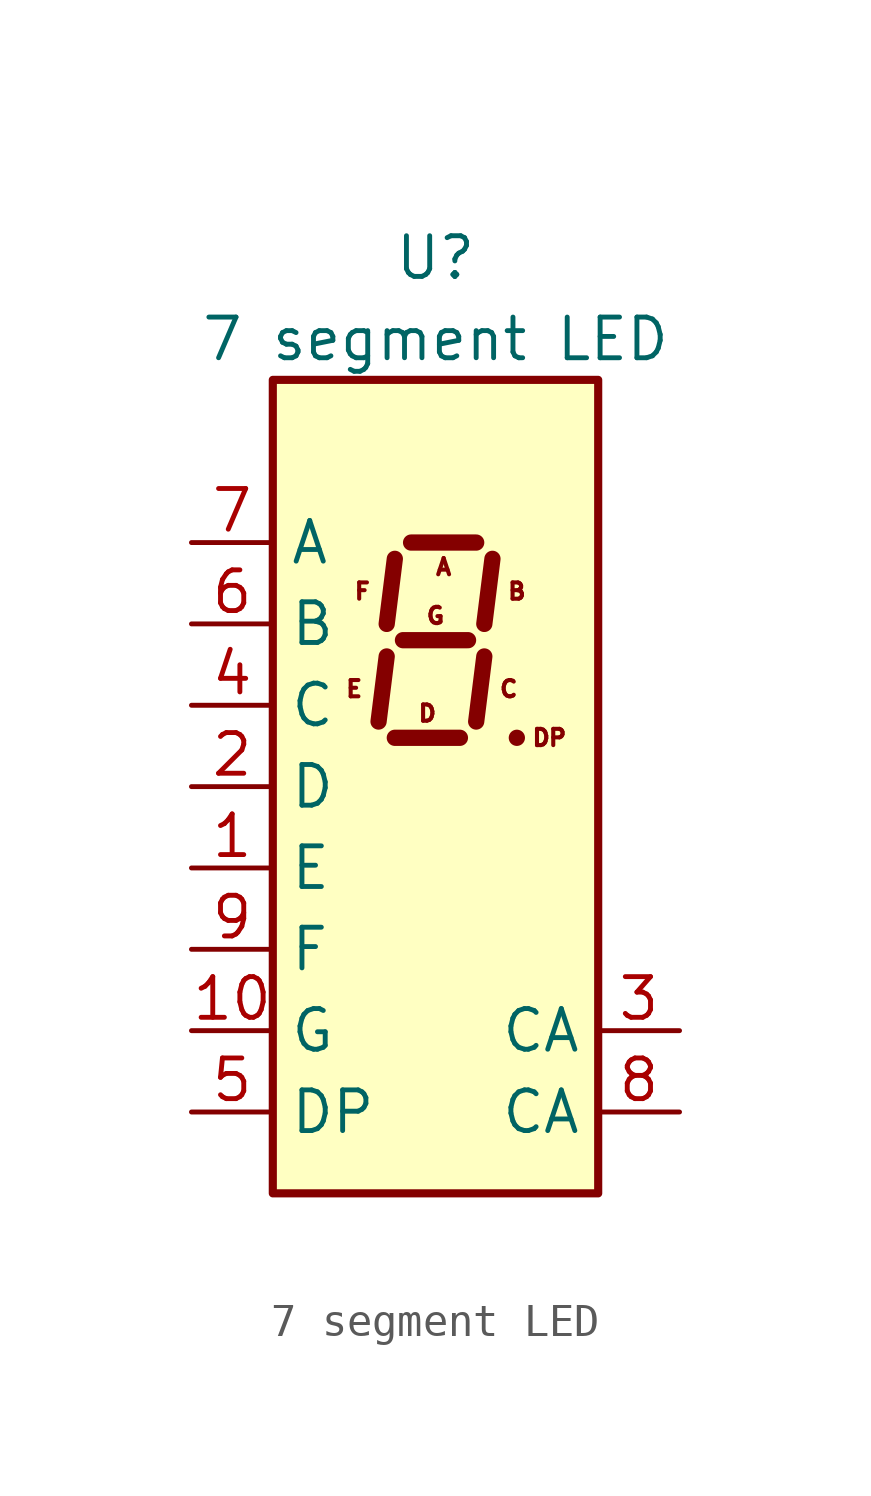
<source format=kicad_sym>
(kicad_symbol_lib
  (version 20211014)
  (generator kicad_symbol_editor)
  (symbol "7 segment LED"
    (property "Reference" "U"
      (at 0 16.51 0)
      (effects (font (size 1.27 1.27))))
    (property "Value" "7 segment LED"
      (at 0 13.97 0)
      (effects (font (size 1.27 1.27))))
    (symbol "7 segment LED_1_0"
      (text "A" (at 0.254 6.858 0) (effects (font (size 0.508 0.508))))
      (text "B" (at 2.54 6.096 0) (effects (font (size 0.508 0.508))))
      (text "C" (at 2.286 3.048 0) (effects (font (size 0.508 0.508))))
      (text "D" (at -0.254 2.286 0) (effects (font (size 0.508 0.508))))
      (text "DP" (at 3.556 1.524 0) (effects (font (size 0.508 0.508))))
      (text "E" (at -2.54 3.048 0) (effects (font (size 0.508 0.508))))
      (text "F" (at -2.286 6.096 0) (effects (font (size 0.508 0.508))))
      (text "G" (at 0 5.334 0) (effects (font (size 0.508 0.508)))))
    (symbol "7 segment LED_1_1"
      (rectangle (start -5.08 12.7) (end 5.08 -12.7) (stroke (width 0.254) (type default) (color 0 0 0 0)) (fill (type background)))
      (polyline (pts (xy -1.524 4.064) (xy -1.778 2.032)) (stroke (width 0.508) (type default) (color 0 0 0 0)) (fill (type none)))
      (polyline (pts (xy -1.27 1.524) (xy 0.762 1.524)) (stroke (width 0.508) (type default) (color 0 0 0 0)) (fill (type none)))
      (polyline (pts (xy -1.27 7.112) (xy -1.524 5.08)) (stroke (width 0.508) (type default) (color 0 0 0 0)) (fill (type none)))
      (polyline (pts (xy -1.016 4.572) (xy 1.016 4.572)) (stroke (width 0.508) (type default) (color 0 0 0 0)) (fill (type none)))
      (polyline (pts (xy -0.762 7.62) (xy 1.27 7.62)) (stroke (width 0.508) (type default) (color 0 0 0 0)) (fill (type none)))
      (polyline (pts (xy 1.524 4.064) (xy 1.27 2.032)) (stroke (width 0.508) (type default) (color 0 0 0 0)) (fill (type none)))
      (polyline (pts (xy 1.778 7.112) (xy 1.524 5.08)) (stroke (width 0.508) (type default) (color 0 0 0 0)) (fill (type none)))
      (polyline (pts (xy 2.54 1.524) (xy 2.54 1.524)) (stroke (width 0.508) (type default) (color 0 0 0 0)) (fill (type none)))
      (pin input line (at -7.62 -2.54 0) (length 2.54) (name "E" (effects (font (size 1.27 1.27)))) (number "1" (effects (font (size 1.27 1.27)))))
      (pin input line (at -7.62 -7.62 0) (length 2.54) (name "G" (effects (font (size 1.27 1.27)))) (number "10" (effects (font (size 1.27 1.27)))))
      (pin input line (at -7.62 0 0) (length 2.54) (name "D" (effects (font (size 1.27 1.27)))) (number "2" (effects (font (size 1.27 1.27)))))
      (pin input line (at 7.62 -7.62 180) (length 2.54) (name "CA" (effects (font (size 1.27 1.27)))) (number "3" (effects (font (size 1.27 1.27)))))
      (pin input line (at -7.62 2.54 0) (length 2.54) (name "C" (effects (font (size 1.27 1.27)))) (number "4" (effects (font (size 1.27 1.27)))))
      (pin input line (at -7.62 -10.16 0) (length 2.54) (name "DP" (effects (font (size 1.27 1.27)))) (number "5" (effects (font (size 1.27 1.27)))))
      (pin input line (at -7.62 5.08 0) (length 2.54) (name "B" (effects (font (size 1.27 1.27)))) (number "6" (effects (font (size 1.27 1.27)))))
      (pin input line (at -7.62 7.62 0) (length 2.54) (name "A" (effects (font (size 1.27 1.27)))) (number "7" (effects (font (size 1.27 1.27)))))
      (pin input line (at 7.62 -10.16 180) (length 2.54) (name "CA" (effects (font (size 1.27 1.27)))) (number "8" (effects (font (size 1.27 1.27)))))
      (pin input line (at -7.62 -5.08 0) (length 2.54) (name "F" (effects (font (size 1.27 1.27)))) (number "9" (effects (font (size 1.27 1.27))))))))
</source>
